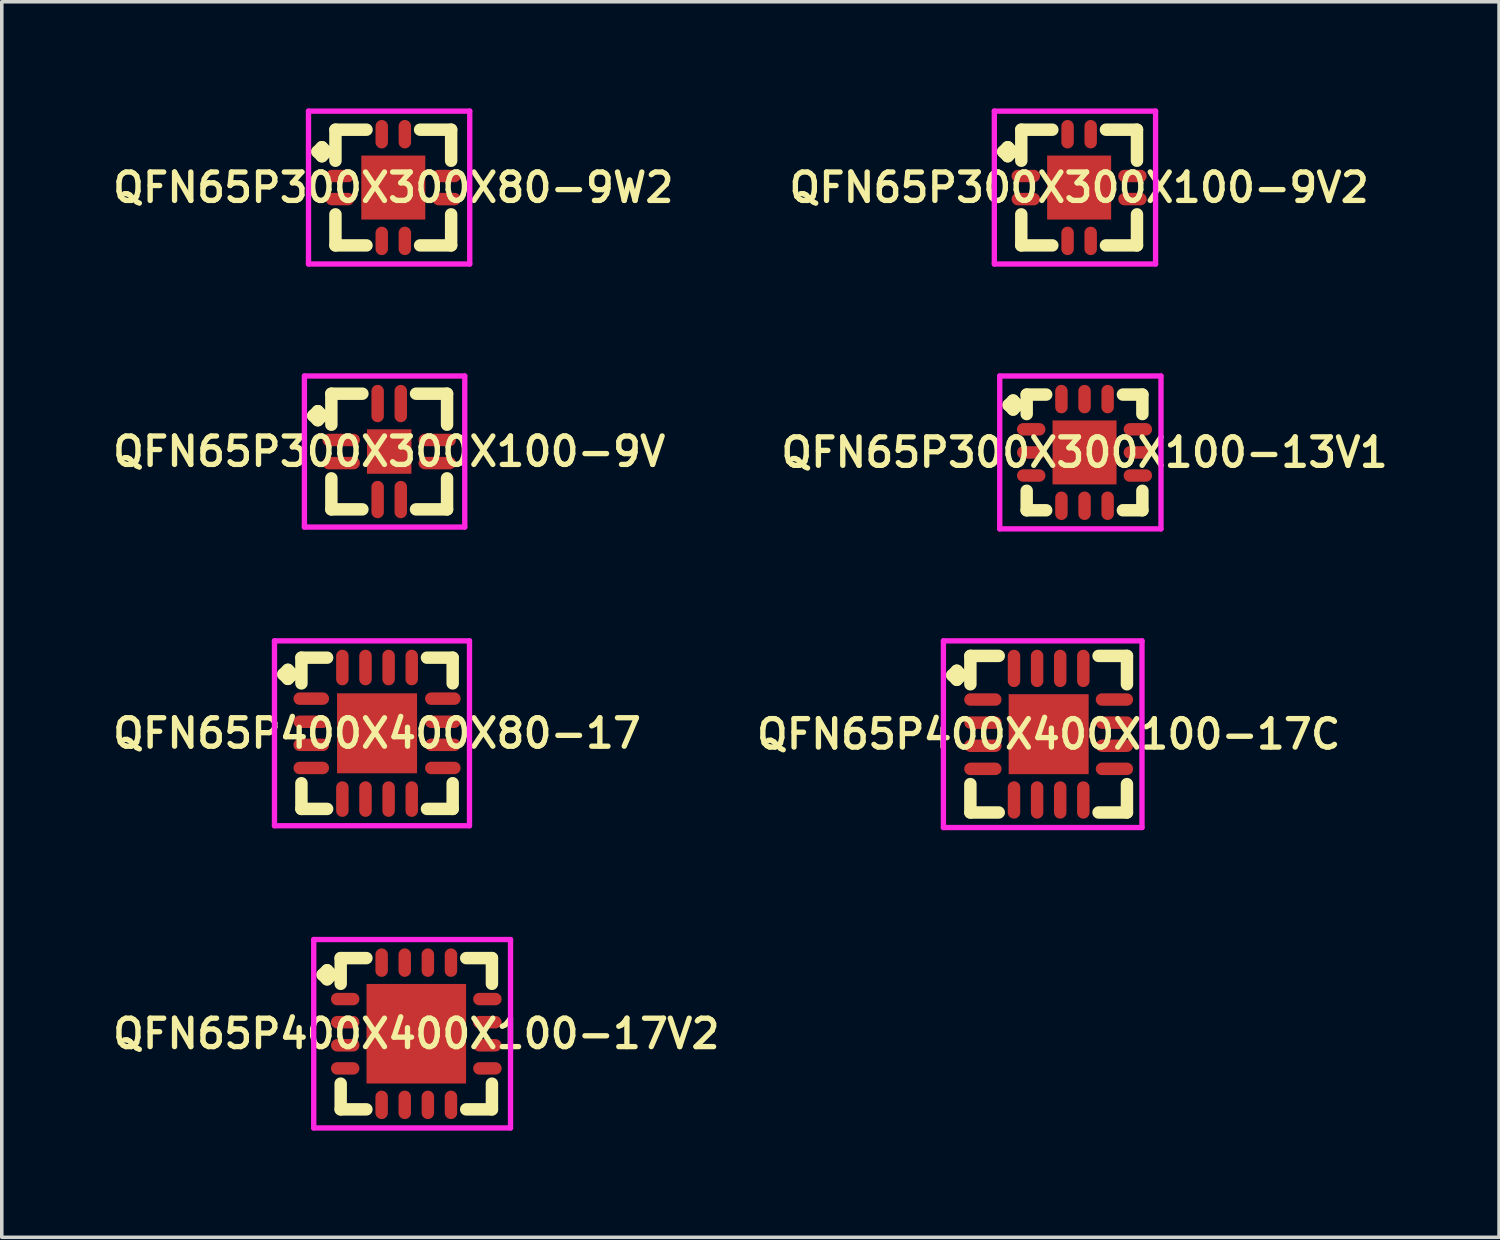
<source format=kicad_pcb>
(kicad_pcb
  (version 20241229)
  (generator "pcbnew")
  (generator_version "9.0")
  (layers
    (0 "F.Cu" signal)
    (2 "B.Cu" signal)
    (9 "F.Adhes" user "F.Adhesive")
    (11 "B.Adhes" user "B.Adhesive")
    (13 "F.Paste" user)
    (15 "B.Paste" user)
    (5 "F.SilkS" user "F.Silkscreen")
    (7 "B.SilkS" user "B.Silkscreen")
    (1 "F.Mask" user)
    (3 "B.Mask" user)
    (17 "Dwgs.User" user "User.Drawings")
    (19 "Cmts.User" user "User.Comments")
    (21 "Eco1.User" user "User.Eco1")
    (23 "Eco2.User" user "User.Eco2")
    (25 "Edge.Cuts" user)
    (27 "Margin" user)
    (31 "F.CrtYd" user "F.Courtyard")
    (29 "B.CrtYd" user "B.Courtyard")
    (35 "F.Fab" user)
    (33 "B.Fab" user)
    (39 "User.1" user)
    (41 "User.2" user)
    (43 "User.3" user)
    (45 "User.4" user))
  (footprint "QFN65P300X300X100-9V2"
    (layer "F.Cu")
    (at 27.302 2.225)
    (property "Reference" "QFN65P300X300X100-9V2" (at 0 0 0) (layer "F.SilkS") (effects (font (size 0.8 0.8) (thickness 0.15))))
    (attr smd)
    (fp_line (start -2.135 -1.008) (end -2.008 -1.135) (stroke (width 0.35) (type solid)) (layer "F.SilkS"))
    (fp_line (start -2.008 -1.135) (end -1.881 -1.008) (stroke (width 0.35) (type solid)) (layer "F.SilkS"))
    (fp_line (start -2.008 -0.881) (end -2.135 -1.008) (stroke (width 0.35) (type solid)) (layer "F.SilkS"))
    (fp_line (start -1.881 -1.008) (end -2.008 -0.881) (stroke (width 0.35) (type solid)) (layer "F.SilkS"))
    (fp_line (start -1.627 -1.627) (end -0.754 -1.627) (stroke (width 0.35) (type solid)) (layer "F.SilkS"))
    (fp_line (start -1.627 -0.754) (end -1.627 -1.627) (stroke (width 0.35) (type solid)) (layer "F.SilkS"))
    (fp_line (start -1.627 0.754) (end -1.627 1.627) (stroke (width 0.35) (type solid)) (layer "F.SilkS"))
    (fp_line (start -1.627 1.627) (end -0.754 1.627) (stroke (width 0.35) (type solid)) (layer "F.SilkS"))
    (fp_line (start 0.754 -1.627) (end 1.627 -1.627) (stroke (width 0.35) (type solid)) (layer "F.SilkS"))
    (fp_line (start 0.754 1.627) (end 1.627 1.627) (stroke (width 0.35) (type solid)) (layer "F.SilkS"))
    (fp_line (start 1.627 -1.627) (end 1.627 -0.754) (stroke (width 0.35) (type solid)) (layer "F.SilkS"))
    (fp_line (start 1.627 1.627) (end 1.627 0.754) (stroke (width 0.35) (type solid)) (layer "F.SilkS"))
    (fp_line (start -2.385 -2.15) (end 2.15 -2.15) (stroke (width 0.15) (type solid)) (layer "F.CrtYd"))
    (fp_line (start -2.385 2.15) (end -2.385 -2.15) (stroke (width 0.15) (type solid)) (layer "F.CrtYd"))
    (fp_line (start 2.15 -2.15) (end 2.15 2.15) (stroke (width 0.15) (type solid)) (layer "F.CrtYd"))
    (fp_line (start 2.15 2.15) (end -2.385 2.15) (stroke (width 0.15) (type solid)) (layer "F.CrtYd"))
    (pad "1" smd oval (at -1.5 -0.325) (size 0.8 0.35) (layers "F.Cu" "F.Mask" "F.Paste"))
    (pad "2" smd oval (at -1.5 0.325) (size 0.8 0.35) (layers "F.Cu" "F.Mask" "F.Paste"))
    (pad "3" smd oval (at -0.325 1.5) (size 0.35 0.8) (layers "F.Cu" "F.Mask" "F.Paste"))
    (pad "4" smd oval (at 0.325 1.5) (size 0.35 0.8) (layers "F.Cu" "F.Mask" "F.Paste"))
    (pad "5" smd oval (at 1.5 0.325) (size 0.8 0.35) (layers "F.Cu" "F.Mask" "F.Paste"))
    (pad "6" smd oval (at 1.5 -0.325) (size 0.8 0.35) (layers "F.Cu" "F.Mask" "F.Paste"))
    (pad "7" smd oval (at 0.325 -1.5) (size 0.35 0.8) (layers "F.Cu" "F.Mask" "F.Paste"))
    (pad "8" smd oval (at -0.325 -1.5) (size 0.35 0.8) (layers "F.Cu" "F.Mask" "F.Paste"))
    (pad "9" smd rect (at 0 0) (size 1.8 1.8) (layers "F.Cu" "F.Mask" "F.Paste")))
  (footprint "QFN65P300X300X100-9V"
    (layer "F.Cu")
    (at 7.897 9.65)
    (property "Reference" "QFN65P300X300X100-9V" (at 0 0 0) (layer "F.SilkS") (effects (font (size 0.8 0.8) (thickness 0.15))))
    (attr through_hole)
    (fp_line (start -2.135 -1.008) (end -2.008 -1.135) (stroke (width 0.35) (type solid)) (layer "F.SilkS"))
    (fp_line (start -2.008 -1.135) (end -1.881 -1.008) (stroke (width 0.35) (type solid)) (layer "F.SilkS"))
    (fp_line (start -2.008 -0.881) (end -2.135 -1.008) (stroke (width 0.35) (type solid)) (layer "F.SilkS"))
    (fp_line (start -1.881 -1.008) (end -2.008 -0.881) (stroke (width 0.35) (type solid)) (layer "F.SilkS"))
    (fp_line (start -1.627 -1.627) (end -0.754 -1.627) (stroke (width 0.35) (type solid)) (layer "F.SilkS"))
    (fp_line (start -1.627 -0.754) (end -1.627 -1.627) (stroke (width 0.35) (type solid)) (layer "F.SilkS"))
    (fp_line (start -1.627 0.754) (end -1.627 1.627) (stroke (width 0.35) (type solid)) (layer "F.SilkS"))
    (fp_line (start -1.627 1.627) (end -0.754 1.627) (stroke (width 0.35) (type solid)) (layer "F.SilkS"))
    (fp_line (start 0.754 -1.627) (end 1.627 -1.627) (stroke (width 0.35) (type solid)) (layer "F.SilkS"))
    (fp_line (start 0.754 1.627) (end 1.627 1.627) (stroke (width 0.35) (type solid)) (layer "F.SilkS"))
    (fp_line (start 1.627 -1.627) (end 1.627 -0.754) (stroke (width 0.35) (type solid)) (layer "F.SilkS"))
    (fp_line (start 1.627 1.627) (end 1.627 0.754) (stroke (width 0.35) (type solid)) (layer "F.SilkS"))
    (fp_line (start -2.385 -2.125) (end 2.125 -2.125) (stroke (width 0.15) (type solid)) (layer "F.CrtYd"))
    (fp_line (start -2.385 2.125) (end -2.385 -2.125) (stroke (width 0.15) (type solid)) (layer "F.CrtYd"))
    (fp_line (start 2.125 -2.125) (end 2.125 2.125) (stroke (width 0.15) (type solid)) (layer "F.CrtYd"))
    (fp_line (start 2.125 2.125) (end -2.385 2.125) (stroke (width 0.15) (type solid)) (layer "F.CrtYd"))
    (pad "1" smd oval (at -1.35 -0.325) (size 1.05 0.35) (layers "F.Cu" "F.Mask" "F.Paste"))
    (pad "2" smd oval (at -1.35 0.325) (size 1.05 0.35) (layers "F.Cu" "F.Mask" "F.Paste"))
    (pad "3" smd oval (at -0.325 1.35) (size 0.35 1.05) (layers "F.Cu" "F.Mask" "F.Paste"))
    (pad "4" smd oval (at 0.325 1.35) (size 0.35 1.05) (layers "F.Cu" "F.Mask" "F.Paste"))
    (pad "5" smd oval (at 1.35 0.325) (size 1.05 0.35) (layers "F.Cu" "F.Mask" "F.Paste"))
    (pad "6" smd oval (at 1.35 -0.325) (size 1.05 0.35) (layers "F.Cu" "F.Mask" "F.Paste"))
    (pad "7" smd oval (at 0.325 -1.35) (size 0.35 1.05) (layers "F.Cu" "F.Mask" "F.Paste"))
    (pad "8" smd oval (at -0.325 -1.35) (size 0.35 1.05) (layers "F.Cu" "F.Mask" "F.Paste"))
    (pad "9" smd rect (at 0 0) (size 1.25 1.25) (layers "F.Cu" "F.Mask" "F.Paste")))
  (footprint "QFN65P300X300X100-13V1"
    (layer "F.Cu")
    (at 27.454 9.675)
    (property "Reference" "QFN65P300X300X100-13V1" (at 0 0 0) (layer "F.SilkS") (effects (font (size 0.8 0.8) (thickness 0.15))))
    (attr smd)
    (fp_line (start -2.135 -1.333) (end -2.008 -1.46) (stroke (width 0.35) (type solid)) (layer "F.SilkS"))
    (fp_line (start -2.008 -1.46) (end -1.881 -1.333) (stroke (width 0.35) (type solid)) (layer "F.SilkS"))
    (fp_line (start -2.008 -1.206) (end -2.135 -1.333) (stroke (width 0.35) (type solid)) (layer "F.SilkS"))
    (fp_line (start -1.881 -1.333) (end -2.008 -1.206) (stroke (width 0.35) (type solid)) (layer "F.SilkS"))
    (fp_line (start -1.627 -1.627) (end -1.079 -1.627) (stroke (width 0.35) (type solid)) (layer "F.SilkS"))
    (fp_line (start -1.627 -1.079) (end -1.627 -1.627) (stroke (width 0.35) (type solid)) (layer "F.SilkS"))
    (fp_line (start -1.627 1.079) (end -1.627 1.627) (stroke (width 0.35) (type solid)) (layer "F.SilkS"))
    (fp_line (start -1.627 1.627) (end -1.079 1.627) (stroke (width 0.35) (type solid)) (layer "F.SilkS"))
    (fp_line (start 1.079 -1.627) (end 1.627 -1.627) (stroke (width 0.35) (type solid)) (layer "F.SilkS"))
    (fp_line (start 1.079 1.627) (end 1.627 1.627) (stroke (width 0.35) (type solid)) (layer "F.SilkS"))
    (fp_line (start 1.627 -1.627) (end 1.627 -1.079) (stroke (width 0.35) (type solid)) (layer "F.SilkS"))
    (fp_line (start 1.627 1.627) (end 1.627 1.079) (stroke (width 0.35) (type solid)) (layer "F.SilkS"))
    (fp_line (start -2.385 -2.15) (end 2.15 -2.15) (stroke (width 0.15) (type solid)) (layer "F.CrtYd"))
    (fp_line (start -2.385 2.15) (end -2.385 -2.15) (stroke (width 0.15) (type solid)) (layer "F.CrtYd"))
    (fp_line (start 2.15 -2.15) (end 2.15 2.15) (stroke (width 0.15) (type solid)) (layer "F.CrtYd"))
    (fp_line (start 2.15 2.15) (end -2.385 2.15) (stroke (width 0.15) (type solid)) (layer "F.CrtYd"))
    (pad "1" smd oval (at -1.5 -0.65) (size 0.8 0.35) (layers "F.Cu" "F.Mask" "F.Paste"))
    (pad "2" smd oval (at -1.5 0) (size 0.8 0.35) (layers "F.Cu" "F.Mask" "F.Paste"))
    (pad "3" smd oval (at -1.5 0.65) (size 0.8 0.35) (layers "F.Cu" "F.Mask" "F.Paste"))
    (pad "4" smd oval (at -0.65 1.5) (size 0.35 0.8) (layers "F.Cu" "F.Mask" "F.Paste"))
    (pad "5" smd oval (at 0 1.5) (size 0.35 0.8) (layers "F.Cu" "F.Mask" "F.Paste"))
    (pad "6" smd oval (at 0.65 1.5) (size 0.35 0.8) (layers "F.Cu" "F.Mask" "F.Paste"))
    (pad "7" smd oval (at 1.5 0.65) (size 0.8 0.35) (layers "F.Cu" "F.Mask" "F.Paste"))
    (pad "8" smd oval (at 1.5 0) (size 0.8 0.35) (layers "F.Cu" "F.Mask" "F.Paste"))
    (pad "9" smd oval (at 1.5 -0.65) (size 0.8 0.35) (layers "F.Cu" "F.Mask" "F.Paste"))
    (pad "10" smd oval (at 0.65 -1.5) (size 0.35 0.8) (layers "F.Cu" "F.Mask" "F.Paste"))
    (pad "11" smd oval (at 0 -1.5) (size 0.35 0.8) (layers "F.Cu" "F.Mask" "F.Paste"))
    (pad "12" smd oval (at -0.65 -1.5) (size 0.35 0.8) (layers "F.Cu" "F.Mask" "F.Paste"))
    (pad "13" smd rect (at 0 0) (size 1.8 1.8) (layers "F.Cu" "F.Mask" "F.Paste")))
  (footprint "QFN65P400X400X100-17V2"
    (layer "F.Cu")
    (at 8.659 26.025)
    (property "Reference" "QFN65P400X400X100-17V2" (at 0 0 0) (layer "F.SilkS") (effects (font (size 0.8 0.8) (thickness 0.15))))
    (attr smd)
    (fp_line (start -2.635 -1.658) (end -2.508 -1.785) (stroke (width 0.35) (type solid)) (layer "F.SilkS"))
    (fp_line (start -2.508 -1.785) (end -2.381 -1.658) (stroke (width 0.35) (type solid)) (layer "F.SilkS"))
    (fp_line (start -2.508 -1.531) (end -2.635 -1.658) (stroke (width 0.35) (type solid)) (layer "F.SilkS"))
    (fp_line (start -2.381 -1.658) (end -2.508 -1.531) (stroke (width 0.35) (type solid)) (layer "F.SilkS"))
    (fp_line (start -2.127 -2.127) (end -1.404 -2.127) (stroke (width 0.35) (type solid)) (layer "F.SilkS"))
    (fp_line (start -2.127 -1.404) (end -2.127 -2.127) (stroke (width 0.35) (type solid)) (layer "F.SilkS"))
    (fp_line (start -2.127 1.404) (end -2.127 2.127) (stroke (width 0.35) (type solid)) (layer "F.SilkS"))
    (fp_line (start -2.127 2.127) (end -1.404 2.127) (stroke (width 0.35) (type solid)) (layer "F.SilkS"))
    (fp_line (start 1.404 -2.127) (end 2.127 -2.127) (stroke (width 0.35) (type solid)) (layer "F.SilkS"))
    (fp_line (start 1.404 2.127) (end 2.127 2.127) (stroke (width 0.35) (type solid)) (layer "F.SilkS"))
    (fp_line (start 2.127 -2.127) (end 2.127 -1.404) (stroke (width 0.35) (type solid)) (layer "F.SilkS"))
    (fp_line (start 2.127 2.127) (end 2.127 1.404) (stroke (width 0.35) (type solid)) (layer "F.SilkS"))
    (fp_line (start -2.885 -2.65) (end 2.65 -2.65) (stroke (width 0.15) (type solid)) (layer "F.CrtYd"))
    (fp_line (start -2.885 2.65) (end -2.885 -2.65) (stroke (width 0.15) (type solid)) (layer "F.CrtYd"))
    (fp_line (start 2.65 -2.65) (end 2.65 2.65) (stroke (width 0.15) (type solid)) (layer "F.CrtYd"))
    (fp_line (start 2.65 2.65) (end -2.885 2.65) (stroke (width 0.15) (type solid)) (layer "F.CrtYd"))
    (pad "1" smd oval (at -2 -0.975) (size 0.8 0.35) (layers "F.Cu" "F.Mask" "F.Paste"))
    (pad "2" smd oval (at -2 -0.325) (size 0.8 0.35) (layers "F.Cu" "F.Mask" "F.Paste"))
    (pad "3" smd oval (at -2 0.325) (size 0.8 0.35) (layers "F.Cu" "F.Mask" "F.Paste"))
    (pad "4" smd oval (at -2 0.975) (size 0.8 0.35) (layers "F.Cu" "F.Mask" "F.Paste"))
    (pad "5" smd oval (at -0.975 2) (size 0.35 0.8) (layers "F.Cu" "F.Mask" "F.Paste"))
    (pad "6" smd oval (at -0.325 2) (size 0.35 0.8) (layers "F.Cu" "F.Mask" "F.Paste"))
    (pad "7" smd oval (at 0.325 2) (size 0.35 0.8) (layers "F.Cu" "F.Mask" "F.Paste"))
    (pad "8" smd oval (at 0.975 2) (size 0.35 0.8) (layers "F.Cu" "F.Mask" "F.Paste"))
    (pad "9" smd oval (at 2 0.975) (size 0.8 0.35) (layers "F.Cu" "F.Mask" "F.Paste"))
    (pad "10" smd oval (at 2 0.325) (size 0.8 0.35) (layers "F.Cu" "F.Mask" "F.Paste"))
    (pad "11" smd oval (at 2 -0.325) (size 0.8 0.35) (layers "F.Cu" "F.Mask" "F.Paste"))
    (pad "12" smd oval (at 2 -0.975) (size 0.8 0.35) (layers "F.Cu" "F.Mask" "F.Paste"))
    (pad "13" smd oval (at 0.975 -2) (size 0.35 0.8) (layers "F.Cu" "F.Mask" "F.Paste"))
    (pad "14" smd oval (at 0.325 -2) (size 0.35 0.8) (layers "F.Cu" "F.Mask" "F.Paste"))
    (pad "15" smd oval (at -0.325 -2) (size 0.35 0.8) (layers "F.Cu" "F.Mask" "F.Paste"))
    (pad "16" smd oval (at -0.975 -2) (size 0.35 0.8) (layers "F.Cu" "F.Mask" "F.Paste"))
    (pad "17" smd rect (at 0 0) (size 2.8 2.8) (layers "F.Cu" "F.Mask" "F.Paste")))
  (footprint "QFN65P400X400X100-17C"
    (layer "F.Cu")
    (at 26.445 17.6)
    (property "Reference" "QFN65P400X400X100-17C" (at 0 0 0) (layer "F.SilkS") (effects (font (size 0.8 0.8) (thickness 0.15))))
    (attr smd)
    (fp_line (start -2.71 -1.658) (end -2.583 -1.785) (stroke (width 0.35) (type solid)) (layer "F.SilkS"))
    (fp_line (start -2.583 -1.785) (end -2.456 -1.658) (stroke (width 0.35) (type solid)) (layer "F.SilkS"))
    (fp_line (start -2.583 -1.531) (end -2.71 -1.658) (stroke (width 0.35) (type solid)) (layer "F.SilkS"))
    (fp_line (start -2.456 -1.658) (end -2.583 -1.531) (stroke (width 0.35) (type solid)) (layer "F.SilkS"))
    (fp_line (start -2.202 -2.202) (end -1.404 -2.202) (stroke (width 0.35) (type solid)) (layer "F.SilkS"))
    (fp_line (start -2.202 -1.404) (end -2.202 -2.202) (stroke (width 0.35) (type solid)) (layer "F.SilkS"))
    (fp_line (start -2.202 1.404) (end -2.202 2.202) (stroke (width 0.35) (type solid)) (layer "F.SilkS"))
    (fp_line (start -2.202 2.202) (end -1.404 2.202) (stroke (width 0.35) (type solid)) (layer "F.SilkS"))
    (fp_line (start 1.404 -2.202) (end 2.202 -2.202) (stroke (width 0.35) (type solid)) (layer "F.SilkS"))
    (fp_line (start 1.404 2.202) (end 2.202 2.202) (stroke (width 0.35) (type solid)) (layer "F.SilkS"))
    (fp_line (start 2.202 -2.202) (end 2.202 -1.404) (stroke (width 0.35) (type solid)) (layer "F.SilkS"))
    (fp_line (start 2.202 2.202) (end 2.202 1.404) (stroke (width 0.35) (type solid)) (layer "F.SilkS"))
    (fp_line (start -2.96 -2.625) (end 2.625 -2.625) (stroke (width 0.15) (type solid)) (layer "F.CrtYd"))
    (fp_line (start -2.96 2.625) (end -2.96 -2.625) (stroke (width 0.15) (type solid)) (layer "F.CrtYd"))
    (fp_line (start 2.625 -2.625) (end 2.625 2.625) (stroke (width 0.15) (type solid)) (layer "F.CrtYd"))
    (fp_line (start 2.625 2.625) (end -2.96 2.625) (stroke (width 0.15) (type solid)) (layer "F.CrtYd"))
    (pad "1" smd oval (at -1.85 -0.975) (size 1.05 0.35) (layers "F.Cu" "F.Mask" "F.Paste"))
    (pad "2" smd oval (at -1.85 -0.325) (size 1.05 0.35) (layers "F.Cu" "F.Mask" "F.Paste"))
    (pad "3" smd oval (at -1.85 0.325) (size 1.05 0.35) (layers "F.Cu" "F.Mask" "F.Paste"))
    (pad "4" smd oval (at -1.85 0.975) (size 1.05 0.35) (layers "F.Cu" "F.Mask" "F.Paste"))
    (pad "5" smd oval (at -0.975 1.85) (size 0.35 1.05) (layers "F.Cu" "F.Mask" "F.Paste"))
    (pad "6" smd oval (at -0.325 1.85) (size 0.35 1.05) (layers "F.Cu" "F.Mask" "F.Paste"))
    (pad "7" smd oval (at 0.325 1.85) (size 0.35 1.05) (layers "F.Cu" "F.Mask" "F.Paste"))
    (pad "8" smd oval (at 0.975 1.85) (size 0.35 1.05) (layers "F.Cu" "F.Mask" "F.Paste"))
    (pad "9" smd oval (at 1.85 0.975) (size 1.05 0.35) (layers "F.Cu" "F.Mask" "F.Paste"))
    (pad "10" smd oval (at 1.85 0.325) (size 1.05 0.35) (layers "F.Cu" "F.Mask" "F.Paste"))
    (pad "11" smd oval (at 1.85 -0.325) (size 1.05 0.35) (layers "F.Cu" "F.Mask" "F.Paste"))
    (pad "12" smd oval (at 1.85 -0.975) (size 1.05 0.35) (layers "F.Cu" "F.Mask" "F.Paste"))
    (pad "13" smd oval (at 0.975 -1.85) (size 0.35 1.05) (layers "F.Cu" "F.Mask" "F.Paste"))
    (pad "14" smd oval (at 0.325 -1.85) (size 0.35 1.05) (layers "F.Cu" "F.Mask" "F.Paste"))
    (pad "15" smd oval (at -0.325 -1.85) (size 0.35 1.05) (layers "F.Cu" "F.Mask" "F.Paste"))
    (pad "16" smd oval (at -0.975 -1.85) (size 0.35 1.05) (layers "F.Cu" "F.Mask" "F.Paste"))
    (pad "17" smd rect (at 0 0) (size 2.25 2.25) (layers "F.Cu" "F.Mask" "F.Paste")))
  (footprint "QFN65P300X300X80-9W2"
    (layer "F.Cu")
    (at 8.012 2.225)
    (property "Reference" "QFN65P300X300X80-9W2" (at 0 0 0) (layer "F.SilkS") (effects (font (size 0.8 0.8) (thickness 0.15))))
    (attr smd)
    (fp_line (start -2.135 -1.008) (end -2.008 -1.135) (stroke (width 0.35) (type solid)) (layer "F.SilkS"))
    (fp_line (start -2.008 -1.135) (end -1.881 -1.008) (stroke (width 0.35) (type solid)) (layer "F.SilkS"))
    (fp_line (start -2.008 -0.881) (end -2.135 -1.008) (stroke (width 0.35) (type solid)) (layer "F.SilkS"))
    (fp_line (start -1.881 -1.008) (end -2.008 -0.881) (stroke (width 0.35) (type solid)) (layer "F.SilkS"))
    (fp_line (start -1.627 -1.627) (end -0.754 -1.627) (stroke (width 0.35) (type solid)) (layer "F.SilkS"))
    (fp_line (start -1.627 -0.754) (end -1.627 -1.627) (stroke (width 0.35) (type solid)) (layer "F.SilkS"))
    (fp_line (start -1.627 0.754) (end -1.627 1.627) (stroke (width 0.35) (type solid)) (layer "F.SilkS"))
    (fp_line (start -1.627 1.627) (end -0.754 1.627) (stroke (width 0.35) (type solid)) (layer "F.SilkS"))
    (fp_line (start 0.754 -1.627) (end 1.627 -1.627) (stroke (width 0.35) (type solid)) (layer "F.SilkS"))
    (fp_line (start 0.754 1.627) (end 1.627 1.627) (stroke (width 0.35) (type solid)) (layer "F.SilkS"))
    (fp_line (start 1.627 -1.627) (end 1.627 -0.754) (stroke (width 0.35) (type solid)) (layer "F.SilkS"))
    (fp_line (start 1.627 1.627) (end 1.627 0.754) (stroke (width 0.35) (type solid)) (layer "F.SilkS"))
    (fp_line (start -2.385 -2.15) (end 2.15 -2.15) (stroke (width 0.15) (type solid)) (layer "F.CrtYd"))
    (fp_line (start -2.385 2.15) (end -2.385 -2.15) (stroke (width 0.15) (type solid)) (layer "F.CrtYd"))
    (fp_line (start 2.15 -2.15) (end 2.15 2.15) (stroke (width 0.15) (type solid)) (layer "F.CrtYd"))
    (fp_line (start 2.15 2.15) (end -2.385 2.15) (stroke (width 0.15) (type solid)) (layer "F.CrtYd"))
    (pad "1" smd oval (at -1.5 -0.325) (size 0.8 0.35) (layers "F.Cu" "F.Mask" "F.Paste"))
    (pad "2" smd oval (at -1.5 0.325) (size 0.8 0.35) (layers "F.Cu" "F.Mask" "F.Paste"))
    (pad "3" smd oval (at -0.325 1.5) (size 0.35 0.8) (layers "F.Cu" "F.Mask" "F.Paste"))
    (pad "4" smd oval (at 0.325 1.5) (size 0.35 0.8) (layers "F.Cu" "F.Mask" "F.Paste"))
    (pad "5" smd oval (at 1.5 0.325) (size 0.8 0.35) (layers "F.Cu" "F.Mask" "F.Paste"))
    (pad "6" smd oval (at 1.5 -0.325) (size 0.8 0.35) (layers "F.Cu" "F.Mask" "F.Paste"))
    (pad "7" smd oval (at 0.325 -1.5) (size 0.35 0.8) (layers "F.Cu" "F.Mask" "F.Paste"))
    (pad "8" smd oval (at -0.325 -1.5) (size 0.35 0.8) (layers "F.Cu" "F.Mask" "F.Paste"))
    (pad "9" smd rect (at 0 0) (size 1.8 1.8) (layers "F.Cu" "F.Mask" "F.Paste")))
  (footprint "QFN65P400X400X80-17"
    (layer "F.Cu")
    (at 7.555 17.575)
    (property "Reference" "QFN65P400X400X80-17" (at 0 0 0) (layer "F.SilkS") (effects (font (size 0.8 0.8) (thickness 0.15))))
    (attr through_hole)
    (fp_line (start -2.635 -1.658) (end -2.508 -1.785) (stroke (width 0.35) (type solid)) (layer "F.SilkS"))
    (fp_line (start -2.508 -1.785) (end -2.381 -1.658) (stroke (width 0.35) (type solid)) (layer "F.SilkS"))
    (fp_line (start -2.508 -1.531) (end -2.635 -1.658) (stroke (width 0.35) (type solid)) (layer "F.SilkS"))
    (fp_line (start -2.381 -1.658) (end -2.508 -1.531) (stroke (width 0.35) (type solid)) (layer "F.SilkS"))
    (fp_line (start -2.127 -2.127) (end -1.404 -2.127) (stroke (width 0.35) (type solid)) (layer "F.SilkS"))
    (fp_line (start -2.127 -1.404) (end -2.127 -2.127) (stroke (width 0.35) (type solid)) (layer "F.SilkS"))
    (fp_line (start -2.127 1.404) (end -2.127 2.127) (stroke (width 0.35) (type solid)) (layer "F.SilkS"))
    (fp_line (start -2.127 2.127) (end -1.404 2.127) (stroke (width 0.35) (type solid)) (layer "F.SilkS"))
    (fp_line (start 1.404 -2.127) (end 2.127 -2.127) (stroke (width 0.35) (type solid)) (layer "F.SilkS"))
    (fp_line (start 1.404 2.127) (end 2.127 2.127) (stroke (width 0.35) (type solid)) (layer "F.SilkS"))
    (fp_line (start 2.127 -2.127) (end 2.127 -1.404) (stroke (width 0.35) (type solid)) (layer "F.SilkS"))
    (fp_line (start 2.127 2.127) (end 2.127 1.404) (stroke (width 0.35) (type solid)) (layer "F.SilkS"))
    (fp_line (start -2.885 -2.6) (end 2.6 -2.6) (stroke (width 0.15) (type solid)) (layer "F.CrtYd"))
    (fp_line (start -2.885 2.6) (end -2.885 -2.6) (stroke (width 0.15) (type solid)) (layer "F.CrtYd"))
    (fp_line (start 2.6 -2.6) (end 2.6 2.6) (stroke (width 0.15) (type solid)) (layer "F.CrtYd"))
    (fp_line (start 2.6 2.6) (end -2.885 2.6) (stroke (width 0.15) (type solid)) (layer "F.CrtYd"))
    (pad "1" smd oval (at -1.85 -0.975) (size 1 0.35) (layers "F.Cu" "F.Mask" "F.Paste"))
    (pad "2" smd oval (at -1.85 -0.325) (size 1 0.35) (layers "F.Cu" "F.Mask" "F.Paste"))
    (pad "3" smd oval (at -1.85 0.325) (size 1 0.35) (layers "F.Cu" "F.Mask" "F.Paste"))
    (pad "4" smd oval (at -1.85 0.975) (size 1 0.35) (layers "F.Cu" "F.Mask" "F.Paste"))
    (pad "5" smd oval (at -0.975 1.85) (size 0.35 1) (layers "F.Cu" "F.Mask" "F.Paste"))
    (pad "6" smd oval (at -0.325 1.85) (size 0.35 1) (layers "F.Cu" "F.Mask" "F.Paste"))
    (pad "7" smd oval (at 0.325 1.85) (size 0.35 1) (layers "F.Cu" "F.Mask" "F.Paste"))
    (pad "8" smd oval (at 0.975 1.85) (size 0.35 1) (layers "F.Cu" "F.Mask" "F.Paste"))
    (pad "9" smd oval (at 1.85 0.975) (size 1 0.35) (layers "F.Cu" "F.Mask" "F.Paste"))
    (pad "10" smd oval (at 1.85 0.325) (size 1 0.35) (layers "F.Cu" "F.Mask" "F.Paste"))
    (pad "11" smd oval (at 1.85 -0.325) (size 1 0.35) (layers "F.Cu" "F.Mask" "F.Paste"))
    (pad "12" smd oval (at 1.85 -0.975) (size 1 0.35) (layers "F.Cu" "F.Mask" "F.Paste"))
    (pad "13" smd oval (at 0.975 -1.85) (size 0.35 1) (layers "F.Cu" "F.Mask" "F.Paste"))
    (pad "14" smd oval (at 0.325 -1.85) (size 0.35 1) (layers "F.Cu" "F.Mask" "F.Paste"))
    (pad "15" smd oval (at -0.325 -1.85) (size 0.35 1) (layers "F.Cu" "F.Mask" "F.Paste"))
    (pad "16" smd oval (at -0.975 -1.85) (size 0.35 1) (layers "F.Cu" "F.Mask" "F.Paste"))
    (pad "17" smd rect (at 0 0) (size 2.25 2.25) (layers "F.Cu" "F.Mask" "F.Paste")))
  (gr_rect
    (start -3 -3)
    (end 39.113 31.75)
    (stroke (width 0.1) (type default))
    (fill no)
    (layer "Edge.Cuts")))
</source>
